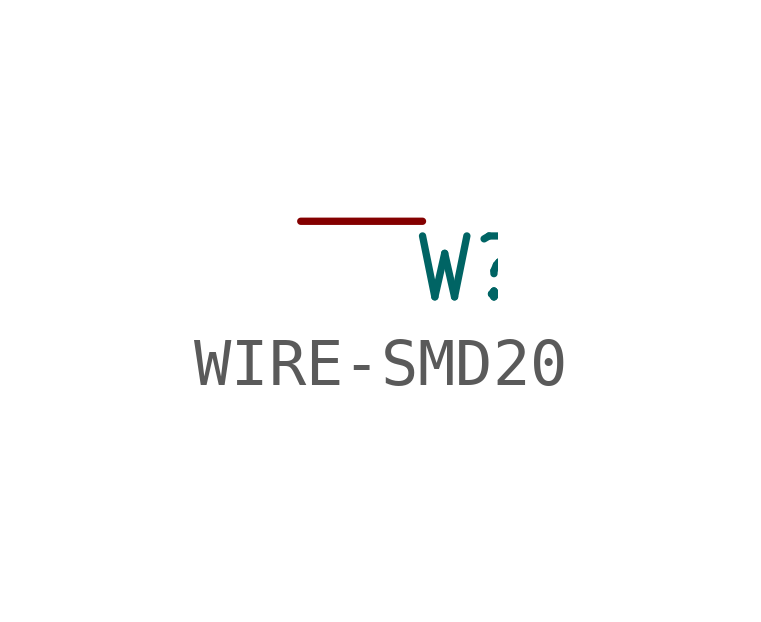
<source format=kicad_sym>
(kicad_symbol_lib
  (version 20211014)
  (generator kicad_symbol_editor)
  (symbol "WIRE-SMD20"
    (property "Reference" "W"
      (at 2.286 -0.254 0)
      (effects (font (size 1.27 1.079)) (justify left top)))
    (property "ki_locked" ""
      (at 0 0 0)
      (effects (font (size 1.27 1.27))))
    (symbol "WIRE-SMD20_1_0"
      (pin bidirectional line (at 0 0 0) (length 2.54) (name "P$1" (effects (font (size 0 0)))) (number "P$1" (effects (font (size 0 0))))))))
</source>
